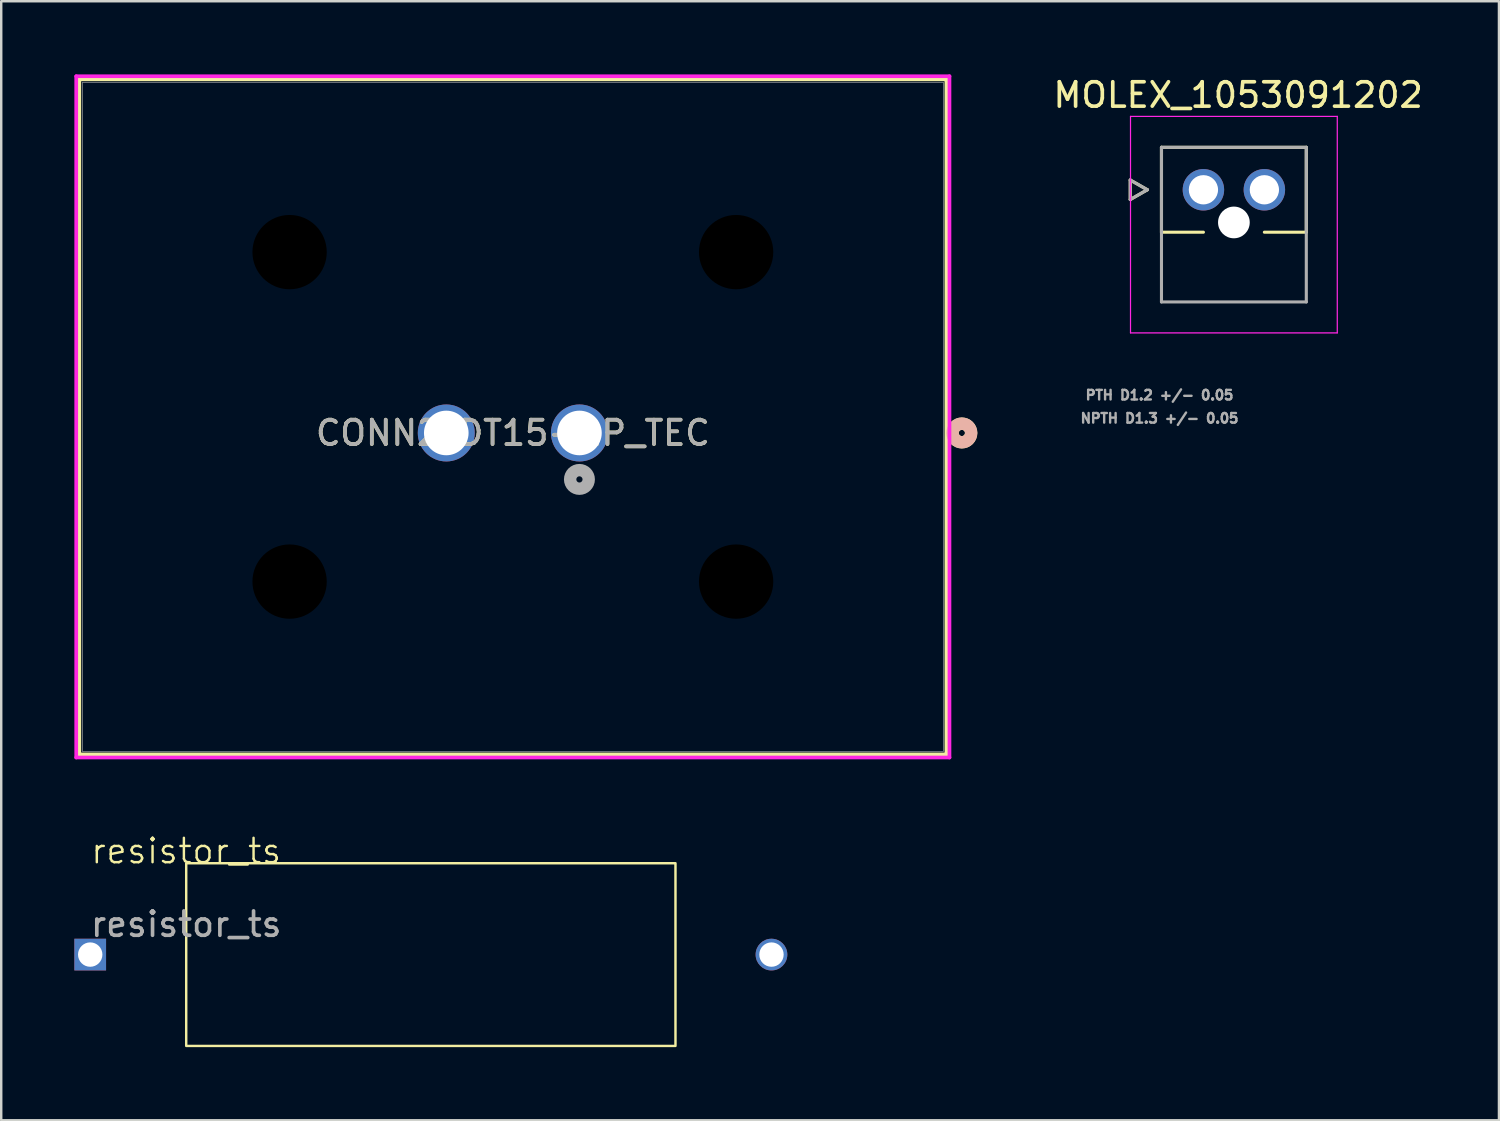
<source format=kicad_pcb>
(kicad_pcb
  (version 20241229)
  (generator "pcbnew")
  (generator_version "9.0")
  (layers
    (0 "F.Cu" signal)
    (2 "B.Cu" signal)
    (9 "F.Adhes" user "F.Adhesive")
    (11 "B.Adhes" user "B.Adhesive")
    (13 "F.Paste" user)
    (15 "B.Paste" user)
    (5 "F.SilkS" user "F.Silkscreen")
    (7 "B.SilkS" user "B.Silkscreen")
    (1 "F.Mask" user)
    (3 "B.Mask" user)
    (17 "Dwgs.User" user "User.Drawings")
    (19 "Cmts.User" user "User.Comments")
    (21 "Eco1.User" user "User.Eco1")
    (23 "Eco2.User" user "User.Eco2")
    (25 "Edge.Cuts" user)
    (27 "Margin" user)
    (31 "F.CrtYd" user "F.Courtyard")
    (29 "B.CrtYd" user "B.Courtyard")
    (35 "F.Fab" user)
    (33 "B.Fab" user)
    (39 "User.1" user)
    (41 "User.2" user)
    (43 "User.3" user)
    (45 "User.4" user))
  (footprint "resistor_ts"
    (layer "F.Cu")
    (at 4.587 32.353)
    (property "Reference" "resistor_ts" (at 0 -0.5 0) (unlocked yes) (layer "F.SilkS") (effects (font (size 1 1) (thickness 0.1))))
    (attr smd)
    (fp_rect (start 0 0) (end 20.066 7.493) (stroke (width 0.1) (type default)) (fill no) (layer "F.SilkS"))
    (fp_text user "${REFERENCE}" (at 0 2.5 0) (unlocked yes) (layer "F.Fab") (effects (font (size 1 1) (thickness 0.15))))
    (pad "1" thru_hole rect (at -3.937 3.747) (size 1.3 1.3) (drill 1) (layers "*.Cu" "*.Mask"))
    (pad "2" thru_hole circle (at 24.003 3.747) (size 1.3 1.3) (drill 1) (layers "*.Cu" "*.Mask")))
  (footprint "MOLEX_1053091202"
    (layer "F.Cu")
    (at 46.305 4.733)
    (property "Reference" "MOLEX_1053091202" (at 1.425 -3.885 0) (layer "F.SilkS") (effects (font (size 1 1) (thickness 0.15))))
    (attr through_hole)
    (fp_circle (center 0 0) (end 0.463 0) (stroke (width 0.926) (type solid)) (fill no) (layer "F.Mask"))
    (fp_circle (center 1.25 1.34) (end 1.613 1.34) (stroke (width 0.726) (type solid)) (fill no) (layer "F.Mask"))
    (fp_circle (center 2.5 0) (end 2.963 0) (stroke (width 0.926) (type solid)) (fill no) (layer "F.Mask"))
    (fp_circle (center 0 0) (end 0.463 0) (stroke (width 0.926) (type solid)) (fill no) (layer "B.Mask"))
    (fp_circle (center 1.25 1.34) (end 1.613 1.34) (stroke (width 0.726) (type solid)) (fill no) (layer "B.Mask"))
    (fp_circle (center 2.5 0) (end 2.963 0) (stroke (width 0.926) (type solid)) (fill no) (layer "B.Mask"))
    (fp_line (start -3 -0.4) (end -3 0.4) (stroke (width 0.127) (type solid)) (layer "F.SilkS"))
    (fp_line (start -3 0.4) (end -2.3 0) (stroke (width 0.127) (type solid)) (layer "F.SilkS"))
    (fp_line (start -2.3 0) (end -3 -0.4) (stroke (width 0.127) (type solid)) (layer "F.SilkS"))
    (fp_line (start -1.72 -1.74) (end 4.22 -1.74) (stroke (width 0.127) (type solid)) (layer "F.SilkS"))
    (fp_line (start -1.72 1.74) (end -1.72 -1.74) (stroke (width 0.127) (type solid)) (layer "F.SilkS"))
    (fp_line (start 0 1.74) (end -1.72 1.74) (stroke (width 0.127) (type solid)) (layer "F.SilkS"))
    (fp_line (start 4.22 -1.74) (end 4.22 1.74) (stroke (width 0.127) (type solid)) (layer "F.SilkS"))
    (fp_line (start 4.22 1.74) (end 2.5 1.74) (stroke (width 0.127) (type solid)) (layer "F.SilkS"))
    (fp_line (start -2.99 -3.01) (end 5.49 -3.01) (stroke (width 0.05) (type solid)) (layer "F.CrtYd"))
    (fp_line (start -2.99 5.87) (end -2.99 -3.01) (stroke (width 0.05) (type solid)) (layer "F.CrtYd"))
    (fp_line (start -2.99 5.87) (end 5.49 5.87) (stroke (width 0.05) (type solid)) (layer "F.CrtYd"))
    (fp_line (start 5.49 -3.01) (end 5.49 5.87) (stroke (width 0.05) (type solid)) (layer "F.CrtYd"))
    (fp_line (start -3 -0.4) (end -3 0.4) (stroke (width 0.127) (type solid)) (layer "F.Fab"))
    (fp_line (start -3 0.4) (end -2.3 0) (stroke (width 0.127) (type solid)) (layer "F.Fab"))
    (fp_line (start -2.3 0) (end -3 -0.4) (stroke (width 0.127) (type solid)) (layer "F.Fab"))
    (fp_line (start -1.72 -1.74) (end 4.22 -1.74) (stroke (width 0.127) (type solid)) (layer "F.Fab"))
    (fp_line (start -1.72 4.6) (end -1.72 -1.74) (stroke (width 0.127) (type solid)) (layer "F.Fab"))
    (fp_line (start 4.22 -1.74) (end 4.22 4.6) (stroke (width 0.127) (type solid)) (layer "F.Fab"))
    (fp_line (start 4.22 4.6) (end -1.72 4.6) (stroke (width 0.127) (type solid)) (layer "F.Fab"))
    (fp_text user "NPTH D1.3 +/- 0.05" (at -1.8 9.372 0) (layer "F.Fab") (effects (font (size 0.394 0.394) (thickness 0.15))))
    (fp_text user "PTH D1.2 +/- 0.05" (at -1.8 8.422 0) (layer "F.Fab") (effects (font (size 0.394 0.394) (thickness 0.15))))
    (pad "" np_thru_hole circle (at 1.25 1.34) (size 1.3 1.3) (drill 1.3) (layers "*.Cu" "*.Mask"))
    (pad "1" thru_hole circle (at 0 0) (size 1.7 1.7) (drill 1.2) (layers "*.Cu"))
    (pad "2" thru_hole circle (at 2.5 0) (size 1.7 1.7) (drill 1.2) (layers "*.Cu")))
  (footprint "CONN2_DT15-2P_TEC"
    (layer "F.Cu")
    (at 15.253 14.707)
    (property "Reference" "CONN2_DT15-2P_TEC" (at 2.731 0 0) (unlocked yes) (layer "F.SilkS") (effects (font (size 1 1) (thickness 0.15))))
    (attr through_hole)
    (fp_line (start -15.05 -14.503) (end -15.05 13.183) (stroke (width 0.152) (type solid)) (layer "F.SilkS"))
    (fp_line (start -15.05 13.183) (end 20.511 13.183) (stroke (width 0.152) (type solid)) (layer "F.SilkS"))
    (fp_line (start 20.511 -14.503) (end -15.05 -14.503) (stroke (width 0.152) (type solid)) (layer "F.SilkS"))
    (fp_line (start 20.511 13.183) (end 20.511 -14.503) (stroke (width 0.152) (type solid)) (layer "F.SilkS"))
    (fp_circle (center 21.145 0) (end 21.526 0) (stroke (width 0.508) (type solid)) (fill no) (layer "F.SilkS"))
    (fp_circle (center 21.145 0) (end 21.526 0) (stroke (width 0.508) (type solid)) (fill no) (layer "B.SilkS"))
    (fp_line (start -15.177 -14.63) (end -15.177 13.31) (stroke (width 0.152) (type solid)) (layer "F.CrtYd"))
    (fp_line (start -15.177 13.31) (end 20.637 13.31) (stroke (width 0.152) (type solid)) (layer "F.CrtYd"))
    (fp_line (start 20.637 -14.63) (end -15.177 -14.63) (stroke (width 0.152) (type solid)) (layer "F.CrtYd"))
    (fp_line (start 20.637 13.31) (end 20.637 -14.63) (stroke (width 0.152) (type solid)) (layer "F.CrtYd"))
    (fp_line (start -14.922 -14.376) (end -14.922 13.056) (stroke (width 0.025) (type solid)) (layer "F.Fab"))
    (fp_line (start -14.922 13.056) (end 20.384 13.056) (stroke (width 0.025) (type solid)) (layer "F.Fab"))
    (fp_line (start 20.384 -14.376) (end -14.922 -14.376) (stroke (width 0.025) (type solid)) (layer "F.Fab"))
    (fp_line (start 20.384 13.056) (end 20.384 -14.376) (stroke (width 0.025) (type solid)) (layer "F.Fab"))
    (fp_circle (center 5.461 1.905) (end 5.842 1.905) (stroke (width 0.508) (type solid)) (fill no) (layer "F.Fab"))
    (fp_text user "${REFERENCE}" (at 2.731 0 0) (unlocked yes) (layer "F.Fab") (effects (font (size 1 1) (thickness 0.15))))
    (pad "" np_thru_hole circle (at -6.426 -7.417) (size 3.048 3.048) (drill 3.048) (layers))
    (pad "" np_thru_hole circle (at -6.426 6.096) (size 3.048 3.048) (drill 3.048) (layers))
    (pad "" np_thru_hole circle (at 11.887 -7.417) (size 3.048 3.048) (drill 3.048) (layers))
    (pad "" np_thru_hole circle (at 11.887 6.096) (size 3.048 3.048) (drill 3.048) (layers))
    (pad "1" thru_hole circle (at 5.461 0) (size 2.337 2.337) (drill 1.829) (layers "*.Cu" "*.Mask"))
    (pad "2" thru_hole circle (at 0 0) (size 2.337 2.337) (drill 1.829) (layers "*.Cu" "*.Mask"))
    (zone (net_name "") (layer "F.Cu") (hatch full 0.508) (connect_pads) (min_thickness 0.254) (filled_areas_thickness no) (keepout (tracks not_allowed) (vias not_allowed) (pads allowed) (copperpour not_allowed) (footprints allowed)) (placement (enabled no)) (fill) (polygon (pts (xy 7.48 17.628) (xy 10.223 17.628) (xy 11.748 19.126) (xy 11.748 22.25) (xy 10.376 23.647) (xy 7.48 23.698) (xy 5.829 22.149) (xy 5.905 19.152))))
    (zone (net_name "") (layer "F.Cu") (hatch full 0.508) (connect_pads) (min_thickness 0.254) (filled_areas_thickness no) (keepout (tracks not_allowed) (vias not_allowed) (pads allowed) (copperpour not_allowed) (footprints allowed)) (placement (enabled no)) (fill) (polygon (pts (xy 7.48 17.628) (xy 10.223 17.628) (xy 11.748 19.126) (xy 11.748 22.25) (xy 10.376 23.647) (xy 7.48 23.698) (xy 5.829 22.149) (xy 5.905 19.152))))
    (zone (net_name "") (layer "F.Cu") (hatch full 0.508) (connect_pads) (min_thickness 0.254) (filled_areas_thickness no) (keepout (tracks not_allowed) (vias not_allowed) (pads allowed) (copperpour not_allowed) (footprints allowed)) (placement (enabled no)) (fill) (polygon (pts (xy 7.506 4.191) (xy 10.249 4.191) (xy 11.773 5.69) (xy 11.773 8.814) (xy 10.401 10.211) (xy 7.506 10.262) (xy 5.855 8.712) (xy 5.931 5.715))))
    (zone (net_name "") (layer "F.Cu") (hatch full 0.508) (connect_pads) (min_thickness 0.254) (filled_areas_thickness no) (keepout (tracks not_allowed) (vias not_allowed) (pads allowed) (copperpour not_allowed) (footprints allowed)) (placement (enabled no)) (fill) (polygon (pts (xy 25.895 4.343) (xy 28.639 4.343) (xy 30.163 5.842) (xy 30.163 8.966) (xy 28.791 10.363) (xy 25.895 10.414) (xy 24.244 8.865) (xy 24.32 5.867))))
    (zone (net_name "") (layer "F.Cu") (hatch full 0.508) (connect_pads) (min_thickness 0.254) (filled_areas_thickness no) (keepout (tracks not_allowed) (vias not_allowed) (pads allowed) (copperpour not_allowed) (footprints allowed)) (placement (enabled no)) (fill) (polygon (pts (xy 25.946 17.704) (xy 28.689 17.704) (xy 30.213 19.202) (xy 30.213 22.327) (xy 28.842 23.724) (xy 25.946 23.774) (xy 24.295 22.225) (xy 24.371 19.228)))))
  (gr_rect
    (start -3 -3)
    (end 58.426 42.896)
    (stroke (width 0.1) (type default))
    (fill no)
    (layer "Edge.Cuts")))
</source>
